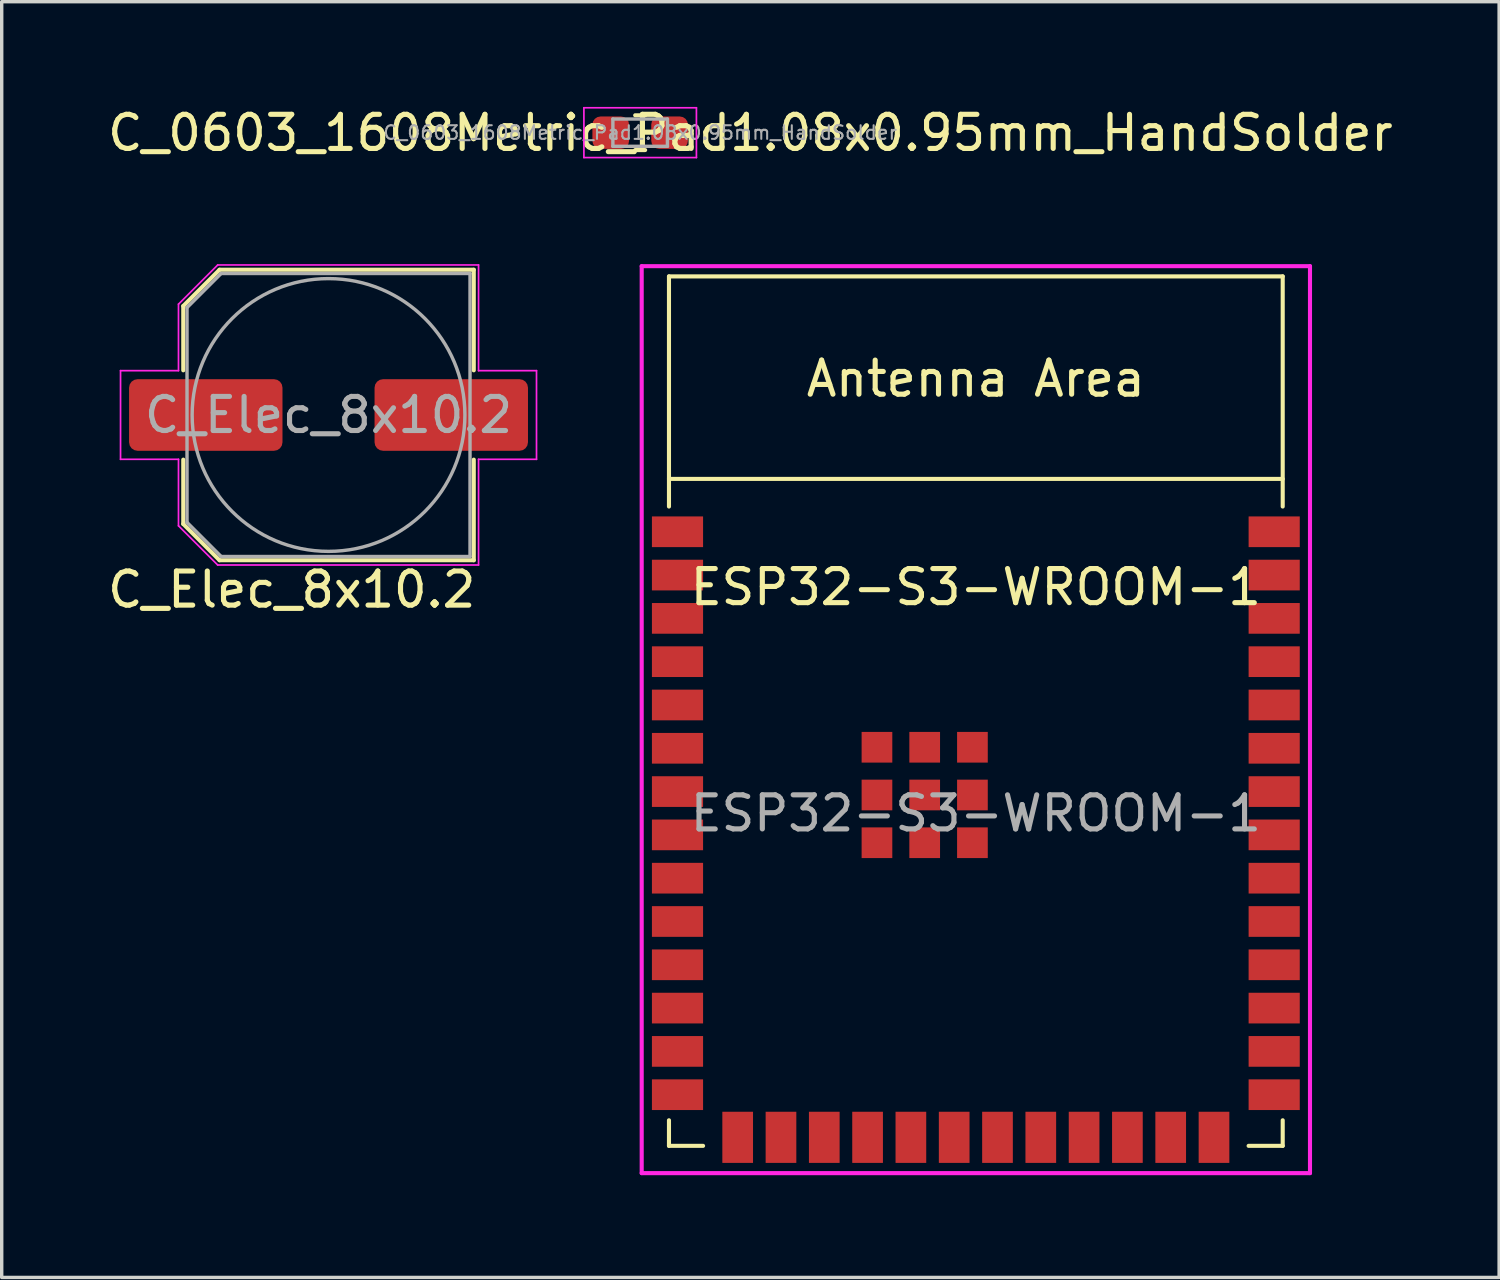
<source format=kicad_pcb>
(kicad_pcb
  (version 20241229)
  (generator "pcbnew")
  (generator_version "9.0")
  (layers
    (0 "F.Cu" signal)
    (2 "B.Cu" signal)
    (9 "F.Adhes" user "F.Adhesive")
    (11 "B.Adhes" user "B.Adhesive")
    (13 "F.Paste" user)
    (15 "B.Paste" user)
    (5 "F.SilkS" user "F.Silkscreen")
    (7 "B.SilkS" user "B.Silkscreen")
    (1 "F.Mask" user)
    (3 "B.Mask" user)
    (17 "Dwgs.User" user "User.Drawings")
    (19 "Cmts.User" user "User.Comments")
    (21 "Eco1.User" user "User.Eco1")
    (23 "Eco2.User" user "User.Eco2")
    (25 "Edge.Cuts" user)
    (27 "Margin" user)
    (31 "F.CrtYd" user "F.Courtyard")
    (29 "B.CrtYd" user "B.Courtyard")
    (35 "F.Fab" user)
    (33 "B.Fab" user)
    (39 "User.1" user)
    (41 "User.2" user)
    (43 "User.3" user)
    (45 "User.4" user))
  (footprint "C_Elec_8x10.2"
    (layer "F.Cu")
    (at 6.585 9.121)
    (property "Reference" "C_Elec_8x10.2" (at -1.079 5.121 180) (layer "F.SilkS") (effects (font (size 1 1) (thickness 0.15))))
    (attr smd)
    (fp_line (start -4.26 -3.196) (end -4.26 -1.31) (stroke (width 0.12) (type solid)) (layer "F.SilkS"))
    (fp_line (start -4.26 -3.196) (end -3.196 -4.26) (stroke (width 0.12) (type solid)) (layer "F.SilkS"))
    (fp_line (start -4.26 3.196) (end -4.26 1.31) (stroke (width 0.12) (type solid)) (layer "F.SilkS"))
    (fp_line (start -4.26 3.196) (end -3.196 4.26) (stroke (width 0.12) (type solid)) (layer "F.SilkS"))
    (fp_line (start -3.196 -4.26) (end 4.26 -4.26) (stroke (width 0.12) (type solid)) (layer "F.SilkS"))
    (fp_line (start -3.196 4.26) (end 4.26 4.26) (stroke (width 0.12) (type solid)) (layer "F.SilkS"))
    (fp_line (start 4.26 -4.26) (end 4.26 -1.31) (stroke (width 0.12) (type solid)) (layer "F.SilkS"))
    (fp_line (start 4.26 4.26) (end 4.26 1.31) (stroke (width 0.12) (type solid)) (layer "F.SilkS"))
    (fp_line (start -6.1 -1.3) (end -6.1 1.3) (stroke (width 0.05) (type solid)) (layer "F.CrtYd"))
    (fp_line (start -6.1 1.3) (end -4.4 1.3) (stroke (width 0.05) (type solid)) (layer "F.CrtYd"))
    (fp_line (start -4.4 -3.25) (end -4.4 -1.3) (stroke (width 0.05) (type solid)) (layer "F.CrtYd"))
    (fp_line (start -4.4 -3.25) (end -3.25 -4.4) (stroke (width 0.05) (type solid)) (layer "F.CrtYd"))
    (fp_line (start -4.4 -1.3) (end -6.1 -1.3) (stroke (width 0.05) (type solid)) (layer "F.CrtYd"))
    (fp_line (start -4.4 1.3) (end -4.4 3.25) (stroke (width 0.05) (type solid)) (layer "F.CrtYd"))
    (fp_line (start -4.4 3.25) (end -3.25 4.4) (stroke (width 0.05) (type solid)) (layer "F.CrtYd"))
    (fp_line (start -3.25 -4.4) (end 4.4 -4.4) (stroke (width 0.05) (type solid)) (layer "F.CrtYd"))
    (fp_line (start -3.25 4.4) (end 4.4 4.4) (stroke (width 0.05) (type solid)) (layer "F.CrtYd"))
    (fp_line (start 4.4 -4.4) (end 4.4 -1.3) (stroke (width 0.05) (type solid)) (layer "F.CrtYd"))
    (fp_line (start 4.4 -1.3) (end 6.1 -1.3) (stroke (width 0.05) (type solid)) (layer "F.CrtYd"))
    (fp_line (start 4.4 1.3) (end 4.4 4.4) (stroke (width 0.05) (type solid)) (layer "F.CrtYd"))
    (fp_line (start 6.1 -1.3) (end 6.1 1.3) (stroke (width 0.05) (type solid)) (layer "F.CrtYd"))
    (fp_line (start 6.1 1.3) (end 4.4 1.3) (stroke (width 0.05) (type solid)) (layer "F.CrtYd"))
    (fp_line (start -4.15 -3.15) (end -4.15 3.15) (stroke (width 0.1) (type solid)) (layer "F.Fab"))
    (fp_line (start -4.15 -3.15) (end -3.15 -4.15) (stroke (width 0.1) (type solid)) (layer "F.Fab"))
    (fp_line (start -4.15 3.15) (end -3.15 4.15) (stroke (width 0.1) (type solid)) (layer "F.Fab"))
    (fp_line (start -3.15 -4.15) (end 4.15 -4.15) (stroke (width 0.1) (type solid)) (layer "F.Fab"))
    (fp_line (start -3.15 4.15) (end 4.15 4.15) (stroke (width 0.1) (type solid)) (layer "F.Fab"))
    (fp_line (start 4.15 -4.15) (end 4.15 4.15) (stroke (width 0.1) (type solid)) (layer "F.Fab"))
    (fp_circle (center 0 0) (end 4 0) (stroke (width 0.1) (type solid)) (fill no) (layer "F.Fab"))
    (fp_text user "${REFERENCE}" (at 0 0 0) (layer "F.Fab") (effects (font (size 1 1) (thickness 0.15))))
    (pad "1" smd roundrect (at -3.6 0) (size 4.5 2.1) (layers "F.Cu" "F.Mask" "F.Paste") (roundrect_rratio 0.119))
    (pad "2" smd roundrect (at 3.6 0) (size 4.5 2.1) (layers "F.Cu" "F.Mask" "F.Paste") (roundrect_rratio 0.119)))
  (footprint "C_0603_1608Metric_Pad1.08x0.95mm_HandSolder"
    (layer "F.Cu")
    (at 15.725 0.841)
    (property "Reference" "C_0603_1608Metric_Pad1.08x0.95mm_HandSolder" (at 3.233 0.007 0) (layer "F.SilkS") (effects (font (size 1 1) (thickness 0.15))))
    (attr smd)
    (fp_line (start -0.146 -0.51) (end 0.146 -0.51) (stroke (width 0.12) (type solid)) (layer "F.SilkS"))
    (fp_line (start -0.146 0.51) (end 0.146 0.51) (stroke (width 0.12) (type solid)) (layer "F.SilkS"))
    (fp_line (start -1.65 -0.73) (end 1.65 -0.73) (stroke (width 0.05) (type solid)) (layer "F.CrtYd"))
    (fp_line (start -1.65 0.73) (end -1.65 -0.73) (stroke (width 0.05) (type solid)) (layer "F.CrtYd"))
    (fp_line (start 1.65 -0.73) (end 1.65 0.73) (stroke (width 0.05) (type solid)) (layer "F.CrtYd"))
    (fp_line (start 1.65 0.73) (end -1.65 0.73) (stroke (width 0.05) (type solid)) (layer "F.CrtYd"))
    (fp_line (start -0.8 -0.4) (end 0.8 -0.4) (stroke (width 0.1) (type solid)) (layer "F.Fab"))
    (fp_line (start -0.8 0.4) (end -0.8 -0.4) (stroke (width 0.1) (type solid)) (layer "F.Fab"))
    (fp_line (start 0.8 -0.4) (end 0.8 0.4) (stroke (width 0.1) (type solid)) (layer "F.Fab"))
    (fp_line (start 0.8 0.4) (end -0.8 0.4) (stroke (width 0.1) (type solid)) (layer "F.Fab"))
    (fp_text user "${REFERENCE}" (at 0 0 0) (layer "F.Fab") (effects (font (size 0.4 0.4) (thickness 0.06))))
    (pad "1" smd roundrect (at -0.863 0) (size 1.075 0.95) (layers "F.Cu" "F.Mask" "F.Paste") (roundrect_rratio 0.25))
    (pad "2" smd roundrect (at 0.863 0) (size 1.075 0.95) (layers "F.Cu" "F.Mask" "F.Paste") (roundrect_rratio 0.25)))
  (footprint "ESP32-S3-WROOM-1"
    (layer "F.Cu")
    (at 25.57 20.806)
    (property "Reference" "ESP32-S3-WROOM-1" (at 0 -6.636 0) (layer "F.SilkS") (effects (font (size 1 1) (thickness 0.15))))
    (attr smd)
    (fp_line (start -9 -15.75) (end -9 -9) (stroke (width 0.12) (type solid)) (layer "F.SilkS"))
    (fp_line (start -9 -15.75) (end 9 -15.75) (stroke (width 0.12) (type solid)) (layer "F.SilkS"))
    (fp_line (start -9 9) (end -9 9.75) (stroke (width 0.12) (type solid)) (layer "F.SilkS"))
    (fp_line (start -9 9.75) (end -8 9.75) (stroke (width 0.12) (type solid)) (layer "F.SilkS"))
    (fp_line (start 9 -15.75) (end 9 -9) (stroke (width 0.12) (type solid)) (layer "F.SilkS"))
    (fp_line (start 9 -9.81) (end -9 -9.81) (stroke (width 0.12) (type solid)) (layer "F.SilkS"))
    (fp_line (start 9 9) (end 9 9.75) (stroke (width 0.12) (type solid)) (layer "F.SilkS"))
    (fp_line (start 9 9.75) (end 8 9.75) (stroke (width 0.12) (type solid)) (layer "F.SilkS"))
    (fp_line (start -9 -15.75) (end 9 -15.75) (stroke (width 0.12) (type solid)) (layer "Eco2.User"))
    (fp_line (start -9 -9.81) (end 9 -9.81) (stroke (width 0.12) (type solid)) (layer "Eco2.User"))
    (fp_line (start -9 9.75) (end -9 -15.75) (stroke (width 0.12) (type solid)) (layer "Eco2.User"))
    (fp_line (start 9 -15.75) (end 9 9.75) (stroke (width 0.12) (type solid)) (layer "Eco2.User"))
    (fp_line (start 9 9.75) (end -9 9.75) (stroke (width 0.12) (type solid)) (layer "Eco2.User"))
    (fp_line (start -9.8 -16.05) (end -9.8 10.55) (stroke (width 0.12) (type solid)) (layer "F.CrtYd"))
    (fp_line (start -9.8 10.55) (end 9.8 10.55) (stroke (width 0.12) (type solid)) (layer "F.CrtYd"))
    (fp_line (start 9.8 -16.05) (end -9.8 -16.05) (stroke (width 0.12) (type solid)) (layer "F.CrtYd"))
    (fp_line (start 9.8 -16.05) (end 9.8 10.55) (stroke (width 0.12) (type solid)) (layer "F.CrtYd"))
    (fp_text user "Antenna Area" (at 0 -12.75 0) (layer "F.SilkS") (effects (font (size 1 1) (thickness 0.15))))
    (fp_text user "Antenna Area" (at 0 -12.75 0) (layer "Eco2.User") (effects (font (size 1 1) (thickness 0.15))))
    (fp_text user "${REFERENCE}" (at 0 0 0) (layer "F.Fab") (effects (font (size 1 1) (thickness 0.15))))
    (pad "1" smd rect (at -8.75 -8.26) (size 1.5 0.9) (layers "F.Cu" "F.Mask" "F.Paste"))
    (pad "2" smd rect (at -8.75 -6.99) (size 1.5 0.9) (layers "F.Cu" "F.Mask" "F.Paste"))
    (pad "3" smd rect (at -8.75 -5.72) (size 1.5 0.9) (layers "F.Cu" "F.Mask" "F.Paste"))
    (pad "4" smd rect (at -8.75 -4.45) (size 1.5 0.9) (layers "F.Cu" "F.Mask" "F.Paste"))
    (pad "5" smd rect (at -8.75 -3.18) (size 1.5 0.9) (layers "F.Cu" "F.Mask" "F.Paste"))
    (pad "6" smd rect (at -8.75 -1.91) (size 1.5 0.9) (layers "F.Cu" "F.Mask" "F.Paste"))
    (pad "7" smd rect (at -8.75 -0.64) (size 1.5 0.9) (layers "F.Cu" "F.Mask" "F.Paste"))
    (pad "8" smd rect (at -8.75 0.63) (size 1.5 0.9) (layers "F.Cu" "F.Mask" "F.Paste"))
    (pad "9" smd rect (at -8.75 1.9) (size 1.5 0.9) (layers "F.Cu" "F.Mask" "F.Paste"))
    (pad "10" smd rect (at -8.75 3.17) (size 1.5 0.9) (layers "F.Cu" "F.Mask" "F.Paste"))
    (pad "11" smd rect (at -8.75 4.44) (size 1.5 0.9) (layers "F.Cu" "F.Mask" "F.Paste"))
    (pad "12" smd rect (at -8.75 5.71) (size 1.5 0.9) (layers "F.Cu" "F.Mask" "F.Paste"))
    (pad "13" smd rect (at -8.75 6.98) (size 1.5 0.9) (layers "F.Cu" "F.Mask" "F.Paste"))
    (pad "14" smd rect (at -8.75 8.25) (size 1.5 0.9) (layers "F.Cu" "F.Mask" "F.Paste"))
    (pad "15" smd rect (at -6.985 9.5 90) (size 1.5 0.9) (layers "F.Cu" "F.Mask" "F.Paste"))
    (pad "16" smd rect (at -5.715 9.5 90) (size 1.5 0.9) (layers "F.Cu" "F.Mask" "F.Paste"))
    (pad "17" smd rect (at -4.445 9.5 90) (size 1.5 0.9) (layers "F.Cu" "F.Mask" "F.Paste"))
    (pad "18" smd rect (at -3.175 9.5 90) (size 1.5 0.9) (layers "F.Cu" "F.Mask" "F.Paste"))
    (pad "19" smd rect (at -1.905 9.5 90) (size 1.5 0.9) (layers "F.Cu" "F.Mask" "F.Paste"))
    (pad "20" smd rect (at -0.635 9.5 90) (size 1.5 0.9) (layers "F.Cu" "F.Mask" "F.Paste"))
    (pad "21" smd rect (at 0.635 9.5 90) (size 1.5 0.9) (layers "F.Cu" "F.Mask" "F.Paste"))
    (pad "22" smd rect (at 1.905 9.5 90) (size 1.5 0.9) (layers "F.Cu" "F.Mask" "F.Paste"))
    (pad "23" smd rect (at 3.175 9.5 90) (size 1.5 0.9) (layers "F.Cu" "F.Mask" "F.Paste"))
    (pad "24" smd rect (at 4.445 9.5 90) (size 1.5 0.9) (layers "F.Cu" "F.Mask" "F.Paste"))
    (pad "25" smd rect (at 5.715 9.5 90) (size 1.5 0.9) (layers "F.Cu" "F.Mask" "F.Paste"))
    (pad "26" smd rect (at 6.985 9.5 90) (size 1.5 0.9) (layers "F.Cu" "F.Mask" "F.Paste"))
    (pad "27" smd rect (at 8.75 8.25 180) (size 1.5 0.9) (layers "F.Cu" "F.Mask" "F.Paste"))
    (pad "28" smd rect (at 8.75 6.98 180) (size 1.5 0.9) (layers "F.Cu" "F.Mask" "F.Paste"))
    (pad "29" smd rect (at 8.75 5.71 180) (size 1.5 0.9) (layers "F.Cu" "F.Mask" "F.Paste"))
    (pad "30" smd rect (at 8.75 4.44 180) (size 1.5 0.9) (layers "F.Cu" "F.Mask" "F.Paste"))
    (pad "31" smd rect (at 8.75 3.17 180) (size 1.5 0.9) (layers "F.Cu" "F.Mask" "F.Paste"))
    (pad "32" smd rect (at 8.75 1.9 180) (size 1.5 0.9) (layers "F.Cu" "F.Mask" "F.Paste"))
    (pad "33" smd rect (at 8.75 0.63 180) (size 1.5 0.9) (layers "F.Cu" "F.Mask" "F.Paste"))
    (pad "34" smd rect (at 8.75 -0.64 180) (size 1.5 0.9) (layers "F.Cu" "F.Mask" "F.Paste"))
    (pad "35" smd rect (at 8.75 -1.91 180) (size 1.5 0.9) (layers "F.Cu" "F.Mask" "F.Paste"))
    (pad "36" smd rect (at 8.75 -3.18 180) (size 1.5 0.9) (layers "F.Cu" "F.Mask" "F.Paste"))
    (pad "37" smd rect (at 8.75 -4.45 180) (size 1.5 0.9) (layers "F.Cu" "F.Mask" "F.Paste"))
    (pad "38" smd rect (at 8.75 -5.72 180) (size 1.5 0.9) (layers "F.Cu" "F.Mask" "F.Paste"))
    (pad "39" smd rect (at 8.75 -6.99 180) (size 1.5 0.9) (layers "F.Cu" "F.Mask" "F.Paste"))
    (pad "40" smd rect (at 8.75 -8.26 180) (size 1.5 0.9) (layers "F.Cu" "F.Mask" "F.Paste"))
    (pad "41" smd rect (at -2.9 -1.94 180) (size 0.9 0.9) (layers "F.Cu" "F.Mask" "F.Paste"))
    (pad "41" smd rect (at -2.9 -0.54 180) (size 0.9 0.9) (layers "F.Cu" "F.Mask" "F.Paste"))
    (pad "41" smd rect (at -2.9 0.86 180) (size 0.9 0.9) (layers "F.Cu" "F.Mask" "F.Paste"))
    (pad "41" smd rect (at -1.5 -1.94 180) (size 0.9 0.9) (layers "F.Cu" "F.Mask" "F.Paste"))
    (pad "41" smd rect (at -1.5 -0.54 180) (size 0.9 0.9) (layers "F.Cu" "F.Mask" "F.Paste"))
    (pad "41" smd rect (at -1.5 0.86 180) (size 0.9 0.9) (layers "F.Cu" "F.Mask" "F.Paste"))
    (pad "41" smd rect (at -0.1 -1.94 180) (size 0.9 0.9) (layers "F.Cu" "F.Mask" "F.Paste"))
    (pad "41" smd rect (at -0.1 -0.54 180) (size 0.9 0.9) (layers "F.Cu" "F.Mask" "F.Paste"))
    (pad "41" smd rect (at -0.1 0.86 180) (size 0.9 0.9) (layers "F.Cu" "F.Mask" "F.Paste")))
  (gr_rect
    (start -3 -3)
    (end 40.917 34.416)
    (stroke (width 0.1) (type default))
    (fill no)
    (layer "Edge.Cuts")))
</source>
